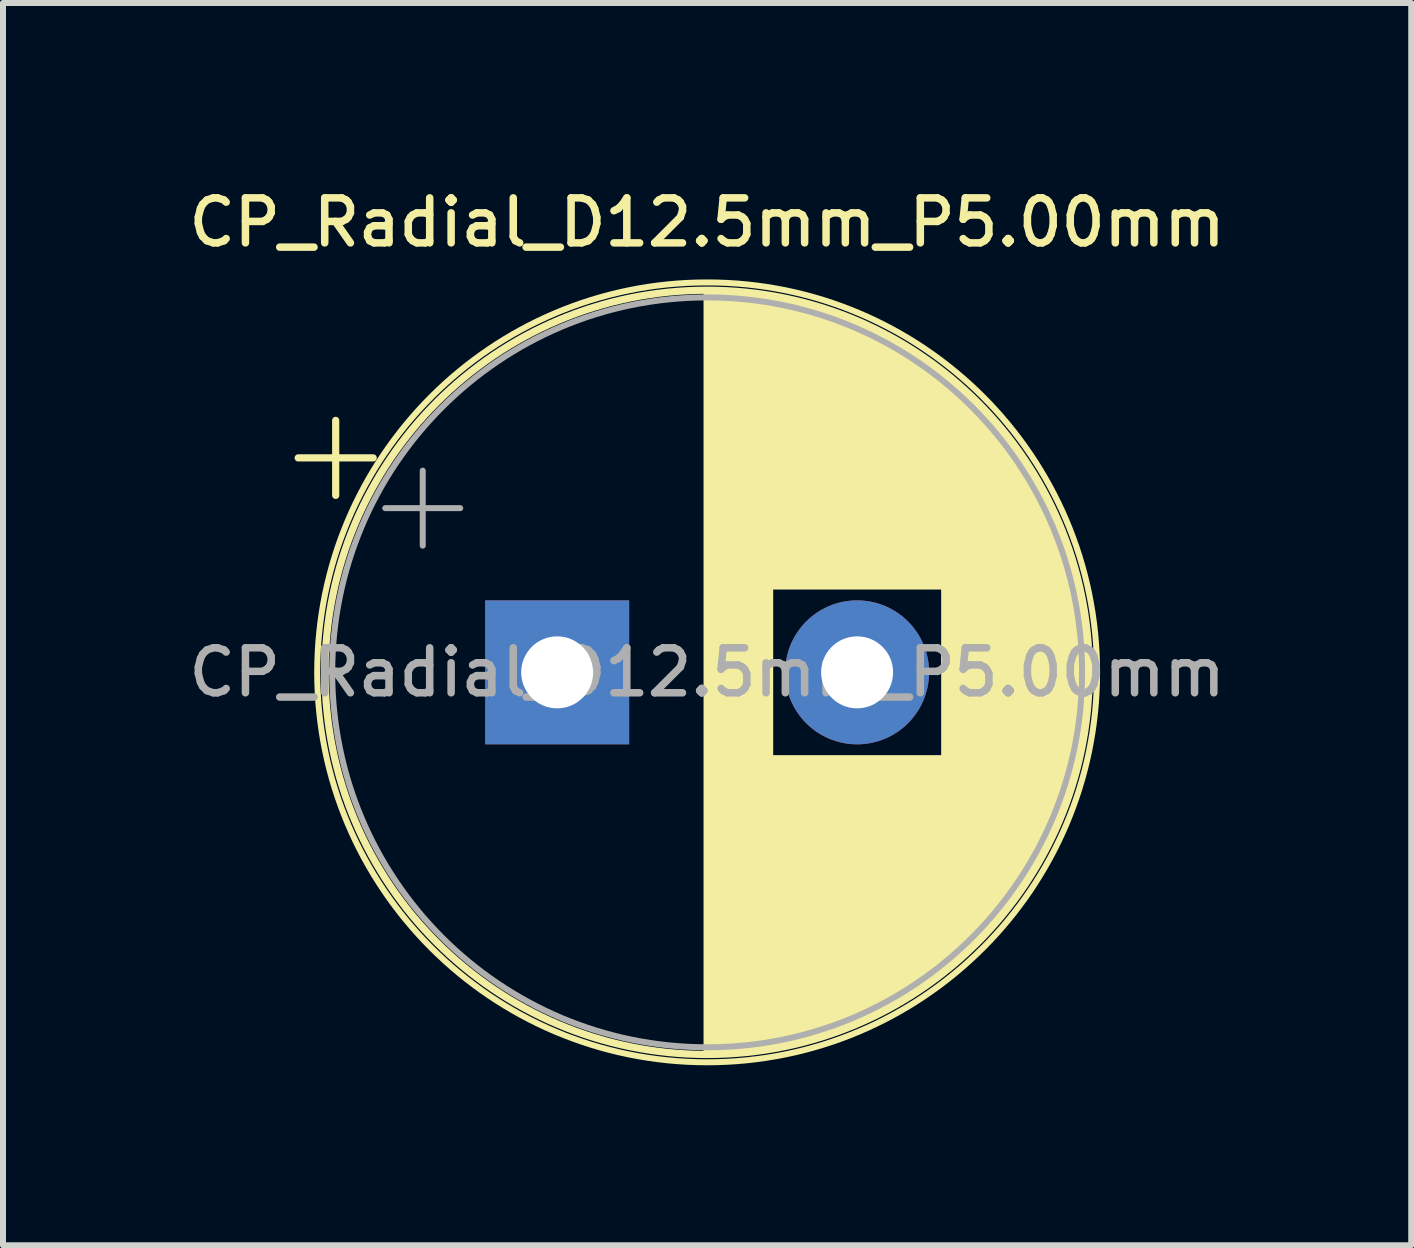
<source format=kicad_pcb>
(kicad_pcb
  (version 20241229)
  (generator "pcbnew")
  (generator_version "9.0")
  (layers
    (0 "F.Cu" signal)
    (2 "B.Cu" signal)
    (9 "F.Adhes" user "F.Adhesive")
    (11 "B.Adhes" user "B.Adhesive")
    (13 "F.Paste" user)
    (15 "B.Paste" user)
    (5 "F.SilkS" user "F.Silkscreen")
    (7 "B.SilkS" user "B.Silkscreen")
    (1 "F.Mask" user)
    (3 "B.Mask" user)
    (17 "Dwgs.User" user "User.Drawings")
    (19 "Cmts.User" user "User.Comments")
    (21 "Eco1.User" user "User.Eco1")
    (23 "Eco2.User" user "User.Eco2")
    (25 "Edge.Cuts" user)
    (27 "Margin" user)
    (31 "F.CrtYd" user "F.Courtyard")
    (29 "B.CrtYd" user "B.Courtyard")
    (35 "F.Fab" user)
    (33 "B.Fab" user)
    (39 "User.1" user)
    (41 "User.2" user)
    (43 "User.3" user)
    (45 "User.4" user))
  (footprint "CP_Radial_D12.5mm_P5.00mm"
    (layer "F.Cu")
    (at 6.238 8.158)
    (property "Reference" "CP_Radial_D12.5mm_P5.00mm" (at 2.5 -7.5 0) (layer "F.SilkS") (effects (font (size 0.75 0.75) (thickness 0.125))))
    (attr through_hole)
    (fp_line (start -4.317 -3.575) (end -3.067 -3.575) (stroke (width 0.12) (type solid)) (layer "F.SilkS"))
    (fp_line (start -3.692 -4.2) (end -3.692 -2.95) (stroke (width 0.12) (type solid)) (layer "F.SilkS"))
    (fp_line (start 2.5 -6.33) (end 2.5 6.33) (stroke (width 0.12) (type solid)) (layer "F.SilkS"))
    (fp_line (start 2.54 -6.33) (end 2.54 6.33) (stroke (width 0.12) (type solid)) (layer "F.SilkS"))
    (fp_line (start 2.58 -6.33) (end 2.58 6.33) (stroke (width 0.12) (type solid)) (layer "F.SilkS"))
    (fp_line (start 2.62 -6.329) (end 2.62 6.329) (stroke (width 0.12) (type solid)) (layer "F.SilkS"))
    (fp_line (start 2.66 -6.328) (end 2.66 6.328) (stroke (width 0.12) (type solid)) (layer "F.SilkS"))
    (fp_line (start 2.7 -6.327) (end 2.7 6.327) (stroke (width 0.12) (type solid)) (layer "F.SilkS"))
    (fp_line (start 2.74 -6.326) (end 2.74 6.326) (stroke (width 0.12) (type solid)) (layer "F.SilkS"))
    (fp_line (start 2.78 -6.324) (end 2.78 6.324) (stroke (width 0.12) (type solid)) (layer "F.SilkS"))
    (fp_line (start 2.82 -6.322) (end 2.82 6.322) (stroke (width 0.12) (type solid)) (layer "F.SilkS"))
    (fp_line (start 2.86 -6.32) (end 2.86 6.32) (stroke (width 0.12) (type solid)) (layer "F.SilkS"))
    (fp_line (start 2.9 -6.318) (end 2.9 6.318) (stroke (width 0.12) (type solid)) (layer "F.SilkS"))
    (fp_line (start 2.94 -6.315) (end 2.94 6.315) (stroke (width 0.12) (type solid)) (layer "F.SilkS"))
    (fp_line (start 2.98 -6.312) (end 2.98 6.312) (stroke (width 0.12) (type solid)) (layer "F.SilkS"))
    (fp_line (start 3.02 -6.309) (end 3.02 6.309) (stroke (width 0.12) (type solid)) (layer "F.SilkS"))
    (fp_line (start 3.06 -6.306) (end 3.06 6.306) (stroke (width 0.12) (type solid)) (layer "F.SilkS"))
    (fp_line (start 3.1 -6.302) (end 3.1 6.302) (stroke (width 0.12) (type solid)) (layer "F.SilkS"))
    (fp_line (start 3.14 -6.298) (end 3.14 6.298) (stroke (width 0.12) (type solid)) (layer "F.SilkS"))
    (fp_line (start 3.18 -6.294) (end 3.18 6.294) (stroke (width 0.12) (type solid)) (layer "F.SilkS"))
    (fp_line (start 3.221 -6.29) (end 3.221 6.29) (stroke (width 0.12) (type solid)) (layer "F.SilkS"))
    (fp_line (start 3.261 -6.285) (end 3.261 6.285) (stroke (width 0.12) (type solid)) (layer "F.SilkS"))
    (fp_line (start 3.301 -6.28) (end 3.301 6.28) (stroke (width 0.12) (type solid)) (layer "F.SilkS"))
    (fp_line (start 3.341 -6.275) (end 3.341 6.275) (stroke (width 0.12) (type solid)) (layer "F.SilkS"))
    (fp_line (start 3.381 -6.269) (end 3.381 6.269) (stroke (width 0.12) (type solid)) (layer "F.SilkS"))
    (fp_line (start 3.421 -6.264) (end 3.421 6.264) (stroke (width 0.12) (type solid)) (layer "F.SilkS"))
    (fp_line (start 3.461 -6.258) (end 3.461 6.258) (stroke (width 0.12) (type solid)) (layer "F.SilkS"))
    (fp_line (start 3.501 -6.252) (end 3.501 6.252) (stroke (width 0.12) (type solid)) (layer "F.SilkS"))
    (fp_line (start 3.541 -6.245) (end 3.541 6.245) (stroke (width 0.12) (type solid)) (layer "F.SilkS"))
    (fp_line (start 3.581 -6.238) (end 3.581 -1.44) (stroke (width 0.12) (type solid)) (layer "F.SilkS"))
    (fp_line (start 3.581 1.44) (end 3.581 6.238) (stroke (width 0.12) (type solid)) (layer "F.SilkS"))
    (fp_line (start 3.621 -6.231) (end 3.621 -1.44) (stroke (width 0.12) (type solid)) (layer "F.SilkS"))
    (fp_line (start 3.621 1.44) (end 3.621 6.231) (stroke (width 0.12) (type solid)) (layer "F.SilkS"))
    (fp_line (start 3.661 -6.224) (end 3.661 -1.44) (stroke (width 0.12) (type solid)) (layer "F.SilkS"))
    (fp_line (start 3.661 1.44) (end 3.661 6.224) (stroke (width 0.12) (type solid)) (layer "F.SilkS"))
    (fp_line (start 3.701 -6.216) (end 3.701 -1.44) (stroke (width 0.12) (type solid)) (layer "F.SilkS"))
    (fp_line (start 3.701 1.44) (end 3.701 6.216) (stroke (width 0.12) (type solid)) (layer "F.SilkS"))
    (fp_line (start 3.741 -6.209) (end 3.741 -1.44) (stroke (width 0.12) (type solid)) (layer "F.SilkS"))
    (fp_line (start 3.741 1.44) (end 3.741 6.209) (stroke (width 0.12) (type solid)) (layer "F.SilkS"))
    (fp_line (start 3.781 -6.201) (end 3.781 -1.44) (stroke (width 0.12) (type solid)) (layer "F.SilkS"))
    (fp_line (start 3.781 1.44) (end 3.781 6.201) (stroke (width 0.12) (type solid)) (layer "F.SilkS"))
    (fp_line (start 3.821 -6.192) (end 3.821 -1.44) (stroke (width 0.12) (type solid)) (layer "F.SilkS"))
    (fp_line (start 3.821 1.44) (end 3.821 6.192) (stroke (width 0.12) (type solid)) (layer "F.SilkS"))
    (fp_line (start 3.861 -6.184) (end 3.861 -1.44) (stroke (width 0.12) (type solid)) (layer "F.SilkS"))
    (fp_line (start 3.861 1.44) (end 3.861 6.184) (stroke (width 0.12) (type solid)) (layer "F.SilkS"))
    (fp_line (start 3.901 -6.175) (end 3.901 -1.44) (stroke (width 0.12) (type solid)) (layer "F.SilkS"))
    (fp_line (start 3.901 1.44) (end 3.901 6.175) (stroke (width 0.12) (type solid)) (layer "F.SilkS"))
    (fp_line (start 3.941 -6.166) (end 3.941 -1.44) (stroke (width 0.12) (type solid)) (layer "F.SilkS"))
    (fp_line (start 3.941 1.44) (end 3.941 6.166) (stroke (width 0.12) (type solid)) (layer "F.SilkS"))
    (fp_line (start 3.981 -6.156) (end 3.981 -1.44) (stroke (width 0.12) (type solid)) (layer "F.SilkS"))
    (fp_line (start 3.981 1.44) (end 3.981 6.156) (stroke (width 0.12) (type solid)) (layer "F.SilkS"))
    (fp_line (start 4.021 -6.146) (end 4.021 -1.44) (stroke (width 0.12) (type solid)) (layer "F.SilkS"))
    (fp_line (start 4.021 1.44) (end 4.021 6.146) (stroke (width 0.12) (type solid)) (layer "F.SilkS"))
    (fp_line (start 4.061 -6.137) (end 4.061 -1.44) (stroke (width 0.12) (type solid)) (layer "F.SilkS"))
    (fp_line (start 4.061 1.44) (end 4.061 6.137) (stroke (width 0.12) (type solid)) (layer "F.SilkS"))
    (fp_line (start 4.101 -6.126) (end 4.101 -1.44) (stroke (width 0.12) (type solid)) (layer "F.SilkS"))
    (fp_line (start 4.101 1.44) (end 4.101 6.126) (stroke (width 0.12) (type solid)) (layer "F.SilkS"))
    (fp_line (start 4.141 -6.116) (end 4.141 -1.44) (stroke (width 0.12) (type solid)) (layer "F.SilkS"))
    (fp_line (start 4.141 1.44) (end 4.141 6.116) (stroke (width 0.12) (type solid)) (layer "F.SilkS"))
    (fp_line (start 4.181 -6.105) (end 4.181 -1.44) (stroke (width 0.12) (type solid)) (layer "F.SilkS"))
    (fp_line (start 4.181 1.44) (end 4.181 6.105) (stroke (width 0.12) (type solid)) (layer "F.SilkS"))
    (fp_line (start 4.221 -6.094) (end 4.221 -1.44) (stroke (width 0.12) (type solid)) (layer "F.SilkS"))
    (fp_line (start 4.221 1.44) (end 4.221 6.094) (stroke (width 0.12) (type solid)) (layer "F.SilkS"))
    (fp_line (start 4.261 -6.083) (end 4.261 -1.44) (stroke (width 0.12) (type solid)) (layer "F.SilkS"))
    (fp_line (start 4.261 1.44) (end 4.261 6.083) (stroke (width 0.12) (type solid)) (layer "F.SilkS"))
    (fp_line (start 4.301 -6.071) (end 4.301 -1.44) (stroke (width 0.12) (type solid)) (layer "F.SilkS"))
    (fp_line (start 4.301 1.44) (end 4.301 6.071) (stroke (width 0.12) (type solid)) (layer "F.SilkS"))
    (fp_line (start 4.341 -6.059) (end 4.341 -1.44) (stroke (width 0.12) (type solid)) (layer "F.SilkS"))
    (fp_line (start 4.341 1.44) (end 4.341 6.059) (stroke (width 0.12) (type solid)) (layer "F.SilkS"))
    (fp_line (start 4.381 -6.047) (end 4.381 -1.44) (stroke (width 0.12) (type solid)) (layer "F.SilkS"))
    (fp_line (start 4.381 1.44) (end 4.381 6.047) (stroke (width 0.12) (type solid)) (layer "F.SilkS"))
    (fp_line (start 4.421 -6.034) (end 4.421 -1.44) (stroke (width 0.12) (type solid)) (layer "F.SilkS"))
    (fp_line (start 4.421 1.44) (end 4.421 6.034) (stroke (width 0.12) (type solid)) (layer "F.SilkS"))
    (fp_line (start 4.461 -6.021) (end 4.461 -1.44) (stroke (width 0.12) (type solid)) (layer "F.SilkS"))
    (fp_line (start 4.461 1.44) (end 4.461 6.021) (stroke (width 0.12) (type solid)) (layer "F.SilkS"))
    (fp_line (start 4.501 -6.008) (end 4.501 -1.44) (stroke (width 0.12) (type solid)) (layer "F.SilkS"))
    (fp_line (start 4.501 1.44) (end 4.501 6.008) (stroke (width 0.12) (type solid)) (layer "F.SilkS"))
    (fp_line (start 4.541 -5.995) (end 4.541 -1.44) (stroke (width 0.12) (type solid)) (layer "F.SilkS"))
    (fp_line (start 4.541 1.44) (end 4.541 5.995) (stroke (width 0.12) (type solid)) (layer "F.SilkS"))
    (fp_line (start 4.581 -5.981) (end 4.581 -1.44) (stroke (width 0.12) (type solid)) (layer "F.SilkS"))
    (fp_line (start 4.581 1.44) (end 4.581 5.981) (stroke (width 0.12) (type solid)) (layer "F.SilkS"))
    (fp_line (start 4.621 -5.967) (end 4.621 -1.44) (stroke (width 0.12) (type solid)) (layer "F.SilkS"))
    (fp_line (start 4.621 1.44) (end 4.621 5.967) (stroke (width 0.12) (type solid)) (layer "F.SilkS"))
    (fp_line (start 4.661 -5.953) (end 4.661 -1.44) (stroke (width 0.12) (type solid)) (layer "F.SilkS"))
    (fp_line (start 4.661 1.44) (end 4.661 5.953) (stroke (width 0.12) (type solid)) (layer "F.SilkS"))
    (fp_line (start 4.701 -5.939) (end 4.701 -1.44) (stroke (width 0.12) (type solid)) (layer "F.SilkS"))
    (fp_line (start 4.701 1.44) (end 4.701 5.939) (stroke (width 0.12) (type solid)) (layer "F.SilkS"))
    (fp_line (start 4.741 -5.924) (end 4.741 -1.44) (stroke (width 0.12) (type solid)) (layer "F.SilkS"))
    (fp_line (start 4.741 1.44) (end 4.741 5.924) (stroke (width 0.12) (type solid)) (layer "F.SilkS"))
    (fp_line (start 4.781 -5.908) (end 4.781 -1.44) (stroke (width 0.12) (type solid)) (layer "F.SilkS"))
    (fp_line (start 4.781 1.44) (end 4.781 5.908) (stroke (width 0.12) (type solid)) (layer "F.SilkS"))
    (fp_line (start 4.821 -5.893) (end 4.821 -1.44) (stroke (width 0.12) (type solid)) (layer "F.SilkS"))
    (fp_line (start 4.821 1.44) (end 4.821 5.893) (stroke (width 0.12) (type solid)) (layer "F.SilkS"))
    (fp_line (start 4.861 -5.877) (end 4.861 -1.44) (stroke (width 0.12) (type solid)) (layer "F.SilkS"))
    (fp_line (start 4.861 1.44) (end 4.861 5.877) (stroke (width 0.12) (type solid)) (layer "F.SilkS"))
    (fp_line (start 4.901 -5.861) (end 4.901 -1.44) (stroke (width 0.12) (type solid)) (layer "F.SilkS"))
    (fp_line (start 4.901 1.44) (end 4.901 5.861) (stroke (width 0.12) (type solid)) (layer "F.SilkS"))
    (fp_line (start 4.941 -5.845) (end 4.941 -1.44) (stroke (width 0.12) (type solid)) (layer "F.SilkS"))
    (fp_line (start 4.941 1.44) (end 4.941 5.845) (stroke (width 0.12) (type solid)) (layer "F.SilkS"))
    (fp_line (start 4.981 -5.828) (end 4.981 -1.44) (stroke (width 0.12) (type solid)) (layer "F.SilkS"))
    (fp_line (start 4.981 1.44) (end 4.981 5.828) (stroke (width 0.12) (type solid)) (layer "F.SilkS"))
    (fp_line (start 5.021 -5.811) (end 5.021 -1.44) (stroke (width 0.12) (type solid)) (layer "F.SilkS"))
    (fp_line (start 5.021 1.44) (end 5.021 5.811) (stroke (width 0.12) (type solid)) (layer "F.SilkS"))
    (fp_line (start 5.061 -5.793) (end 5.061 -1.44) (stroke (width 0.12) (type solid)) (layer "F.SilkS"))
    (fp_line (start 5.061 1.44) (end 5.061 5.793) (stroke (width 0.12) (type solid)) (layer "F.SilkS"))
    (fp_line (start 5.101 -5.776) (end 5.101 -1.44) (stroke (width 0.12) (type solid)) (layer "F.SilkS"))
    (fp_line (start 5.101 1.44) (end 5.101 5.776) (stroke (width 0.12) (type solid)) (layer "F.SilkS"))
    (fp_line (start 5.141 -5.758) (end 5.141 -1.44) (stroke (width 0.12) (type solid)) (layer "F.SilkS"))
    (fp_line (start 5.141 1.44) (end 5.141 5.758) (stroke (width 0.12) (type solid)) (layer "F.SilkS"))
    (fp_line (start 5.181 -5.739) (end 5.181 -1.44) (stroke (width 0.12) (type solid)) (layer "F.SilkS"))
    (fp_line (start 5.181 1.44) (end 5.181 5.739) (stroke (width 0.12) (type solid)) (layer "F.SilkS"))
    (fp_line (start 5.221 -5.721) (end 5.221 -1.44) (stroke (width 0.12) (type solid)) (layer "F.SilkS"))
    (fp_line (start 5.221 1.44) (end 5.221 5.721) (stroke (width 0.12) (type solid)) (layer "F.SilkS"))
    (fp_line (start 5.261 -5.702) (end 5.261 -1.44) (stroke (width 0.12) (type solid)) (layer "F.SilkS"))
    (fp_line (start 5.261 1.44) (end 5.261 5.702) (stroke (width 0.12) (type solid)) (layer "F.SilkS"))
    (fp_line (start 5.301 -5.682) (end 5.301 -1.44) (stroke (width 0.12) (type solid)) (layer "F.SilkS"))
    (fp_line (start 5.301 1.44) (end 5.301 5.682) (stroke (width 0.12) (type solid)) (layer "F.SilkS"))
    (fp_line (start 5.341 -5.662) (end 5.341 -1.44) (stroke (width 0.12) (type solid)) (layer "F.SilkS"))
    (fp_line (start 5.341 1.44) (end 5.341 5.662) (stroke (width 0.12) (type solid)) (layer "F.SilkS"))
    (fp_line (start 5.381 -5.642) (end 5.381 -1.44) (stroke (width 0.12) (type solid)) (layer "F.SilkS"))
    (fp_line (start 5.381 1.44) (end 5.381 5.642) (stroke (width 0.12) (type solid)) (layer "F.SilkS"))
    (fp_line (start 5.421 -5.622) (end 5.421 -1.44) (stroke (width 0.12) (type solid)) (layer "F.SilkS"))
    (fp_line (start 5.421 1.44) (end 5.421 5.622) (stroke (width 0.12) (type solid)) (layer "F.SilkS"))
    (fp_line (start 5.461 -5.601) (end 5.461 -1.44) (stroke (width 0.12) (type solid)) (layer "F.SilkS"))
    (fp_line (start 5.461 1.44) (end 5.461 5.601) (stroke (width 0.12) (type solid)) (layer "F.SilkS"))
    (fp_line (start 5.501 -5.58) (end 5.501 -1.44) (stroke (width 0.12) (type solid)) (layer "F.SilkS"))
    (fp_line (start 5.501 1.44) (end 5.501 5.58) (stroke (width 0.12) (type solid)) (layer "F.SilkS"))
    (fp_line (start 5.541 -5.558) (end 5.541 -1.44) (stroke (width 0.12) (type solid)) (layer "F.SilkS"))
    (fp_line (start 5.541 1.44) (end 5.541 5.558) (stroke (width 0.12) (type solid)) (layer "F.SilkS"))
    (fp_line (start 5.581 -5.536) (end 5.581 -1.44) (stroke (width 0.12) (type solid)) (layer "F.SilkS"))
    (fp_line (start 5.581 1.44) (end 5.581 5.536) (stroke (width 0.12) (type solid)) (layer "F.SilkS"))
    (fp_line (start 5.621 -5.514) (end 5.621 -1.44) (stroke (width 0.12) (type solid)) (layer "F.SilkS"))
    (fp_line (start 5.621 1.44) (end 5.621 5.514) (stroke (width 0.12) (type solid)) (layer "F.SilkS"))
    (fp_line (start 5.661 -5.491) (end 5.661 -1.44) (stroke (width 0.12) (type solid)) (layer "F.SilkS"))
    (fp_line (start 5.661 1.44) (end 5.661 5.491) (stroke (width 0.12) (type solid)) (layer "F.SilkS"))
    (fp_line (start 5.701 -5.468) (end 5.701 -1.44) (stroke (width 0.12) (type solid)) (layer "F.SilkS"))
    (fp_line (start 5.701 1.44) (end 5.701 5.468) (stroke (width 0.12) (type solid)) (layer "F.SilkS"))
    (fp_line (start 5.741 -5.445) (end 5.741 -1.44) (stroke (width 0.12) (type solid)) (layer "F.SilkS"))
    (fp_line (start 5.741 1.44) (end 5.741 5.445) (stroke (width 0.12) (type solid)) (layer "F.SilkS"))
    (fp_line (start 5.781 -5.421) (end 5.781 -1.44) (stroke (width 0.12) (type solid)) (layer "F.SilkS"))
    (fp_line (start 5.781 1.44) (end 5.781 5.421) (stroke (width 0.12) (type solid)) (layer "F.SilkS"))
    (fp_line (start 5.821 -5.397) (end 5.821 -1.44) (stroke (width 0.12) (type solid)) (layer "F.SilkS"))
    (fp_line (start 5.821 1.44) (end 5.821 5.397) (stroke (width 0.12) (type solid)) (layer "F.SilkS"))
    (fp_line (start 5.861 -5.372) (end 5.861 -1.44) (stroke (width 0.12) (type solid)) (layer "F.SilkS"))
    (fp_line (start 5.861 1.44) (end 5.861 5.372) (stroke (width 0.12) (type solid)) (layer "F.SilkS"))
    (fp_line (start 5.901 -5.347) (end 5.901 -1.44) (stroke (width 0.12) (type solid)) (layer "F.SilkS"))
    (fp_line (start 5.901 1.44) (end 5.901 5.347) (stroke (width 0.12) (type solid)) (layer "F.SilkS"))
    (fp_line (start 5.941 -5.322) (end 5.941 -1.44) (stroke (width 0.12) (type solid)) (layer "F.SilkS"))
    (fp_line (start 5.941 1.44) (end 5.941 5.322) (stroke (width 0.12) (type solid)) (layer "F.SilkS"))
    (fp_line (start 5.981 -5.296) (end 5.981 -1.44) (stroke (width 0.12) (type solid)) (layer "F.SilkS"))
    (fp_line (start 5.981 1.44) (end 5.981 5.296) (stroke (width 0.12) (type solid)) (layer "F.SilkS"))
    (fp_line (start 6.021 -5.27) (end 6.021 -1.44) (stroke (width 0.12) (type solid)) (layer "F.SilkS"))
    (fp_line (start 6.021 1.44) (end 6.021 5.27) (stroke (width 0.12) (type solid)) (layer "F.SilkS"))
    (fp_line (start 6.061 -5.243) (end 6.061 -1.44) (stroke (width 0.12) (type solid)) (layer "F.SilkS"))
    (fp_line (start 6.061 1.44) (end 6.061 5.243) (stroke (width 0.12) (type solid)) (layer "F.SilkS"))
    (fp_line (start 6.101 -5.216) (end 6.101 -1.44) (stroke (width 0.12) (type solid)) (layer "F.SilkS"))
    (fp_line (start 6.101 1.44) (end 6.101 5.216) (stroke (width 0.12) (type solid)) (layer "F.SilkS"))
    (fp_line (start 6.141 -5.188) (end 6.141 -1.44) (stroke (width 0.12) (type solid)) (layer "F.SilkS"))
    (fp_line (start 6.141 1.44) (end 6.141 5.188) (stroke (width 0.12) (type solid)) (layer "F.SilkS"))
    (fp_line (start 6.181 -5.16) (end 6.181 -1.44) (stroke (width 0.12) (type solid)) (layer "F.SilkS"))
    (fp_line (start 6.181 1.44) (end 6.181 5.16) (stroke (width 0.12) (type solid)) (layer "F.SilkS"))
    (fp_line (start 6.221 -5.131) (end 6.221 -1.44) (stroke (width 0.12) (type solid)) (layer "F.SilkS"))
    (fp_line (start 6.221 1.44) (end 6.221 5.131) (stroke (width 0.12) (type solid)) (layer "F.SilkS"))
    (fp_line (start 6.261 -5.102) (end 6.261 -1.44) (stroke (width 0.12) (type solid)) (layer "F.SilkS"))
    (fp_line (start 6.261 1.44) (end 6.261 5.102) (stroke (width 0.12) (type solid)) (layer "F.SilkS"))
    (fp_line (start 6.301 -5.073) (end 6.301 -1.44) (stroke (width 0.12) (type solid)) (layer "F.SilkS"))
    (fp_line (start 6.301 1.44) (end 6.301 5.073) (stroke (width 0.12) (type solid)) (layer "F.SilkS"))
    (fp_line (start 6.341 -5.043) (end 6.341 -1.44) (stroke (width 0.12) (type solid)) (layer "F.SilkS"))
    (fp_line (start 6.341 1.44) (end 6.341 5.043) (stroke (width 0.12) (type solid)) (layer "F.SilkS"))
    (fp_line (start 6.381 -5.012) (end 6.381 -1.44) (stroke (width 0.12) (type solid)) (layer "F.SilkS"))
    (fp_line (start 6.381 1.44) (end 6.381 5.012) (stroke (width 0.12) (type solid)) (layer "F.SilkS"))
    (fp_line (start 6.421 -4.982) (end 6.421 -1.44) (stroke (width 0.12) (type solid)) (layer "F.SilkS"))
    (fp_line (start 6.421 1.44) (end 6.421 4.982) (stroke (width 0.12) (type solid)) (layer "F.SilkS"))
    (fp_line (start 6.461 -4.95) (end 6.461 4.95) (stroke (width 0.12) (type solid)) (layer "F.SilkS"))
    (fp_line (start 6.501 -4.918) (end 6.501 4.918) (stroke (width 0.12) (type solid)) (layer "F.SilkS"))
    (fp_line (start 6.541 -4.885) (end 6.541 4.885) (stroke (width 0.12) (type solid)) (layer "F.SilkS"))
    (fp_line (start 6.581 -4.852) (end 6.581 4.852) (stroke (width 0.12) (type solid)) (layer "F.SilkS"))
    (fp_line (start 6.621 -4.819) (end 6.621 4.819) (stroke (width 0.12) (type solid)) (layer "F.SilkS"))
    (fp_line (start 6.661 -4.785) (end 6.661 4.785) (stroke (width 0.12) (type solid)) (layer "F.SilkS"))
    (fp_line (start 6.701 -4.75) (end 6.701 4.75) (stroke (width 0.12) (type solid)) (layer "F.SilkS"))
    (fp_line (start 6.741 -4.714) (end 6.741 4.714) (stroke (width 0.12) (type solid)) (layer "F.SilkS"))
    (fp_line (start 6.781 -4.678) (end 6.781 4.678) (stroke (width 0.12) (type solid)) (layer "F.SilkS"))
    (fp_line (start 6.821 -4.642) (end 6.821 4.642) (stroke (width 0.12) (type solid)) (layer "F.SilkS"))
    (fp_line (start 6.861 -4.605) (end 6.861 4.605) (stroke (width 0.12) (type solid)) (layer "F.SilkS"))
    (fp_line (start 6.901 -4.567) (end 6.901 4.567) (stroke (width 0.12) (type solid)) (layer "F.SilkS"))
    (fp_line (start 6.941 -4.528) (end 6.941 4.528) (stroke (width 0.12) (type solid)) (layer "F.SilkS"))
    (fp_line (start 6.981 -4.489) (end 6.981 4.489) (stroke (width 0.12) (type solid)) (layer "F.SilkS"))
    (fp_line (start 7.021 -4.449) (end 7.021 4.449) (stroke (width 0.12) (type solid)) (layer "F.SilkS"))
    (fp_line (start 7.061 -4.408) (end 7.061 4.408) (stroke (width 0.12) (type solid)) (layer "F.SilkS"))
    (fp_line (start 7.101 -4.367) (end 7.101 4.367) (stroke (width 0.12) (type solid)) (layer "F.SilkS"))
    (fp_line (start 7.141 -4.325) (end 7.141 4.325) (stroke (width 0.12) (type solid)) (layer "F.SilkS"))
    (fp_line (start 7.181 -4.282) (end 7.181 4.282) (stroke (width 0.12) (type solid)) (layer "F.SilkS"))
    (fp_line (start 7.221 -4.238) (end 7.221 4.238) (stroke (width 0.12) (type solid)) (layer "F.SilkS"))
    (fp_line (start 7.261 -4.194) (end 7.261 4.194) (stroke (width 0.12) (type solid)) (layer "F.SilkS"))
    (fp_line (start 7.301 -4.148) (end 7.301 4.148) (stroke (width 0.12) (type solid)) (layer "F.SilkS"))
    (fp_line (start 7.341 -4.102) (end 7.341 4.102) (stroke (width 0.12) (type solid)) (layer "F.SilkS"))
    (fp_line (start 7.381 -4.055) (end 7.381 4.055) (stroke (width 0.12) (type solid)) (layer "F.SilkS"))
    (fp_line (start 7.421 -4.007) (end 7.421 4.007) (stroke (width 0.12) (type solid)) (layer "F.SilkS"))
    (fp_line (start 7.461 -3.957) (end 7.461 3.957) (stroke (width 0.12) (type solid)) (layer "F.SilkS"))
    (fp_line (start 7.501 -3.907) (end 7.501 3.907) (stroke (width 0.12) (type solid)) (layer "F.SilkS"))
    (fp_line (start 7.541 -3.856) (end 7.541 3.856) (stroke (width 0.12) (type solid)) (layer "F.SilkS"))
    (fp_line (start 7.581 -3.804) (end 7.581 3.804) (stroke (width 0.12) (type solid)) (layer "F.SilkS"))
    (fp_line (start 7.621 -3.75) (end 7.621 3.75) (stroke (width 0.12) (type solid)) (layer "F.SilkS"))
    (fp_line (start 7.661 -3.696) (end 7.661 3.696) (stroke (width 0.12) (type solid)) (layer "F.SilkS"))
    (fp_line (start 7.701 -3.64) (end 7.701 3.64) (stroke (width 0.12) (type solid)) (layer "F.SilkS"))
    (fp_line (start 7.741 -3.583) (end 7.741 3.583) (stroke (width 0.12) (type solid)) (layer "F.SilkS"))
    (fp_line (start 7.781 -3.524) (end 7.781 3.524) (stroke (width 0.12) (type solid)) (layer "F.SilkS"))
    (fp_line (start 7.821 -3.464) (end 7.821 3.464) (stroke (width 0.12) (type solid)) (layer "F.SilkS"))
    (fp_line (start 7.861 -3.402) (end 7.861 3.402) (stroke (width 0.12) (type solid)) (layer "F.SilkS"))
    (fp_line (start 7.901 -3.339) (end 7.901 3.339) (stroke (width 0.12) (type solid)) (layer "F.SilkS"))
    (fp_line (start 7.941 -3.275) (end 7.941 3.275) (stroke (width 0.12) (type solid)) (layer "F.SilkS"))
    (fp_line (start 7.981 -3.208) (end 7.981 3.208) (stroke (width 0.12) (type solid)) (layer "F.SilkS"))
    (fp_line (start 8.021 -3.14) (end 8.021 3.14) (stroke (width 0.12) (type solid)) (layer "F.SilkS"))
    (fp_line (start 8.061 -3.069) (end 8.061 3.069) (stroke (width 0.12) (type solid)) (layer "F.SilkS"))
    (fp_line (start 8.101 -2.996) (end 8.101 2.996) (stroke (width 0.12) (type solid)) (layer "F.SilkS"))
    (fp_line (start 8.141 -2.921) (end 8.141 2.921) (stroke (width 0.12) (type solid)) (layer "F.SilkS"))
    (fp_line (start 8.181 -2.844) (end 8.181 2.844) (stroke (width 0.12) (type solid)) (layer "F.SilkS"))
    (fp_line (start 8.221 -2.764) (end 8.221 2.764) (stroke (width 0.12) (type solid)) (layer "F.SilkS"))
    (fp_line (start 8.261 -2.681) (end 8.261 2.681) (stroke (width 0.12) (type solid)) (layer "F.SilkS"))
    (fp_line (start 8.301 -2.594) (end 8.301 2.594) (stroke (width 0.12) (type solid)) (layer "F.SilkS"))
    (fp_line (start 8.341 -2.504) (end 8.341 2.504) (stroke (width 0.12) (type solid)) (layer "F.SilkS"))
    (fp_line (start 8.381 -2.41) (end 8.381 2.41) (stroke (width 0.12) (type solid)) (layer "F.SilkS"))
    (fp_line (start 8.421 -2.312) (end 8.421 2.312) (stroke (width 0.12) (type solid)) (layer "F.SilkS"))
    (fp_line (start 8.461 -2.209) (end 8.461 2.209) (stroke (width 0.12) (type solid)) (layer "F.SilkS"))
    (fp_line (start 8.501 -2.1) (end 8.501 2.1) (stroke (width 0.12) (type solid)) (layer "F.SilkS"))
    (fp_line (start 8.541 -1.984) (end 8.541 1.984) (stroke (width 0.12) (type solid)) (layer "F.SilkS"))
    (fp_line (start 8.581 -1.861) (end 8.581 1.861) (stroke (width 0.12) (type solid)) (layer "F.SilkS"))
    (fp_line (start 8.621 -1.728) (end 8.621 1.728) (stroke (width 0.12) (type solid)) (layer "F.SilkS"))
    (fp_line (start 8.661 -1.583) (end 8.661 1.583) (stroke (width 0.12) (type solid)) (layer "F.SilkS"))
    (fp_line (start 8.701 -1.422) (end 8.701 1.422) (stroke (width 0.12) (type solid)) (layer "F.SilkS"))
    (fp_line (start 8.741 -1.241) (end 8.741 1.241) (stroke (width 0.12) (type solid)) (layer "F.SilkS"))
    (fp_line (start 8.781 -1.028) (end 8.781 1.028) (stroke (width 0.12) (type solid)) (layer "F.SilkS"))
    (fp_line (start 8.821 -0.757) (end 8.821 0.757) (stroke (width 0.12) (type solid)) (layer "F.SilkS"))
    (fp_line (start 8.861 -0.317) (end 8.861 0.317) (stroke (width 0.12) (type solid)) (layer "F.SilkS"))
    (fp_circle (center 2.5 0) (end 8.87 0) (stroke (width 0.12) (type solid)) (fill no) (layer "F.SilkS"))
    (fp_circle (center 2.5 0) (end 9 0) (stroke (width 0.1) (type solid)) (fill no) (layer "F.SilkS"))
    (fp_line (start -2.866 -2.737) (end -1.616 -2.737) (stroke (width 0.1) (type solid)) (layer "F.Fab"))
    (fp_line (start -2.241 -3.362) (end -2.241 -2.112) (stroke (width 0.1) (type solid)) (layer "F.Fab"))
    (fp_circle (center 2.5 0) (end 8.75 0) (stroke (width 0.1) (type solid)) (fill no) (layer "F.Fab"))
    (fp_text user "${REFERENCE}" (at 2.5 0 0) (layer "F.Fab") (effects (font (size 0.75 0.75) (thickness 0.125))))
    (pad "1" thru_hole rect (at 0 0) (size 2.4 2.4) (drill 1.2) (layers "*.Cu" "*.Mask"))
    (pad "2" thru_hole circle (at 5 0) (size 2.4 2.4) (drill 1.2) (layers "*.Cu" "*.Mask")))
  (gr_rect
    (start -3 -3)
    (end 20.475 17.708)
    (stroke (width 0.1) (type default))
    (fill no)
    (layer "Edge.Cuts")))
</source>
